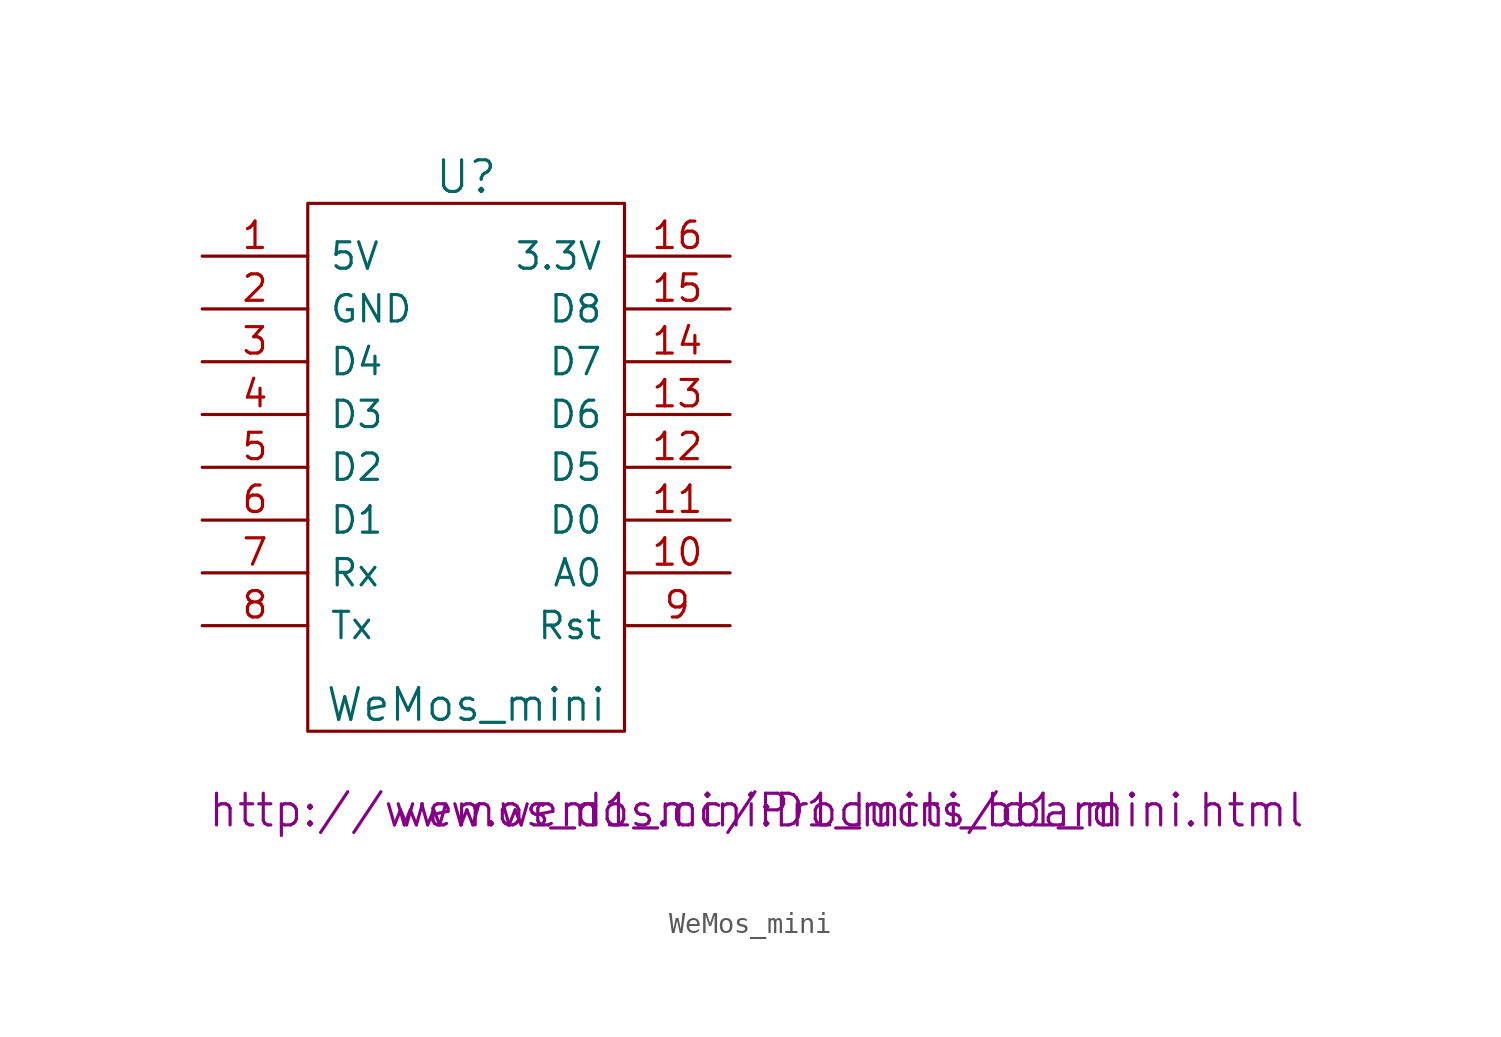
<source format=kicad_sym>
(kicad_symbol_lib
  (version 20211014)
  (generator kicad_symbol_editor)
  (symbol "WeMos_mini"
    (pin_names
      (offset 1.016))
    (property "Reference" "U"
      (at 0 12.7 0)
      (effects (font (size 1.524 1.524))))
    (property "Value" "WeMos_mini"
      (at 0 -12.7 0)
      (effects (font (size 1.524 1.524))))
    (property "Footprint" "wemos_d1_mini:D1_mini_board"
      (at 13.97 -17.78 0)
      (effects (font (size 1.524 1.524))))
    (property "Datasheet" "http://www.wemos.cc/Products/d1_mini.html"
      (at 13.97 -17.78 0)
      (effects (font (size 1.524 1.524))))
    (symbol "WeMos_mini_0_1"
      (rectangle (start -7.62 11.43) (end 7.62 -13.97) (stroke (width 0) (type default) (color 0 0 0 0)) (fill (type none))))
    (symbol "WeMos_mini_1_1"
      (pin power_in line (at -12.7 8.89 0) (length 5.08) (name "5V" (effects (font (size 1.27 1.27)))) (number "1" (effects (font (size 1.27 1.27)))))
      (pin bidirectional line (at 12.7 -6.35 180) (length 5.08) (name "A0" (effects (font (size 1.27 1.27)))) (number "10" (effects (font (size 1.27 1.27)))))
      (pin bidirectional line (at 12.7 -3.81 180) (length 5.08) (name "D0" (effects (font (size 1.27 1.27)))) (number "11" (effects (font (size 1.27 1.27)))))
      (pin bidirectional line (at 12.7 -1.27 180) (length 5.08) (name "D5" (effects (font (size 1.27 1.27)))) (number "12" (effects (font (size 1.27 1.27)))))
      (pin bidirectional line (at 12.7 1.27 180) (length 5.08) (name "D6" (effects (font (size 1.27 1.27)))) (number "13" (effects (font (size 1.27 1.27)))))
      (pin bidirectional line (at 12.7 3.81 180) (length 5.08) (name "D7" (effects (font (size 1.27 1.27)))) (number "14" (effects (font (size 1.27 1.27)))))
      (pin bidirectional line (at 12.7 6.35 180) (length 5.08) (name "D8" (effects (font (size 1.27 1.27)))) (number "15" (effects (font (size 1.27 1.27)))))
      (pin power_out line (at 12.7 8.89 180) (length 5.08) (name "3.3V" (effects (font (size 1.27 1.27)))) (number "16" (effects (font (size 1.27 1.27)))))
      (pin power_in line (at -12.7 6.35 0) (length 5.08) (name "GND" (effects (font (size 1.27 1.27)))) (number "2" (effects (font (size 1.27 1.27)))))
      (pin bidirectional line (at -12.7 3.81 0) (length 5.08) (name "D4" (effects (font (size 1.27 1.27)))) (number "3" (effects (font (size 1.27 1.27)))))
      (pin bidirectional line (at -12.7 1.27 0) (length 5.08) (name "D3" (effects (font (size 1.27 1.27)))) (number "4" (effects (font (size 1.27 1.27)))))
      (pin bidirectional line (at -12.7 -1.27 0) (length 5.08) (name "D2" (effects (font (size 1.27 1.27)))) (number "5" (effects (font (size 1.27 1.27)))))
      (pin bidirectional line (at -12.7 -3.81 0) (length 5.08) (name "D1" (effects (font (size 1.27 1.27)))) (number "6" (effects (font (size 1.27 1.27)))))
      (pin bidirectional line (at -12.7 -6.35 0) (length 5.08) (name "Rx" (effects (font (size 1.27 1.27)))) (number "7" (effects (font (size 1.27 1.27)))))
      (pin bidirectional line (at -12.7 -8.89 0) (length 5.08) (name "Tx" (effects (font (size 1.27 1.27)))) (number "8" (effects (font (size 1.27 1.27)))))
      (pin bidirectional line (at 12.7 -8.89 180) (length 5.08) (name "Rst" (effects (font (size 1.27 1.27)))) (number "9" (effects (font (size 1.27 1.27))))))))
</source>
